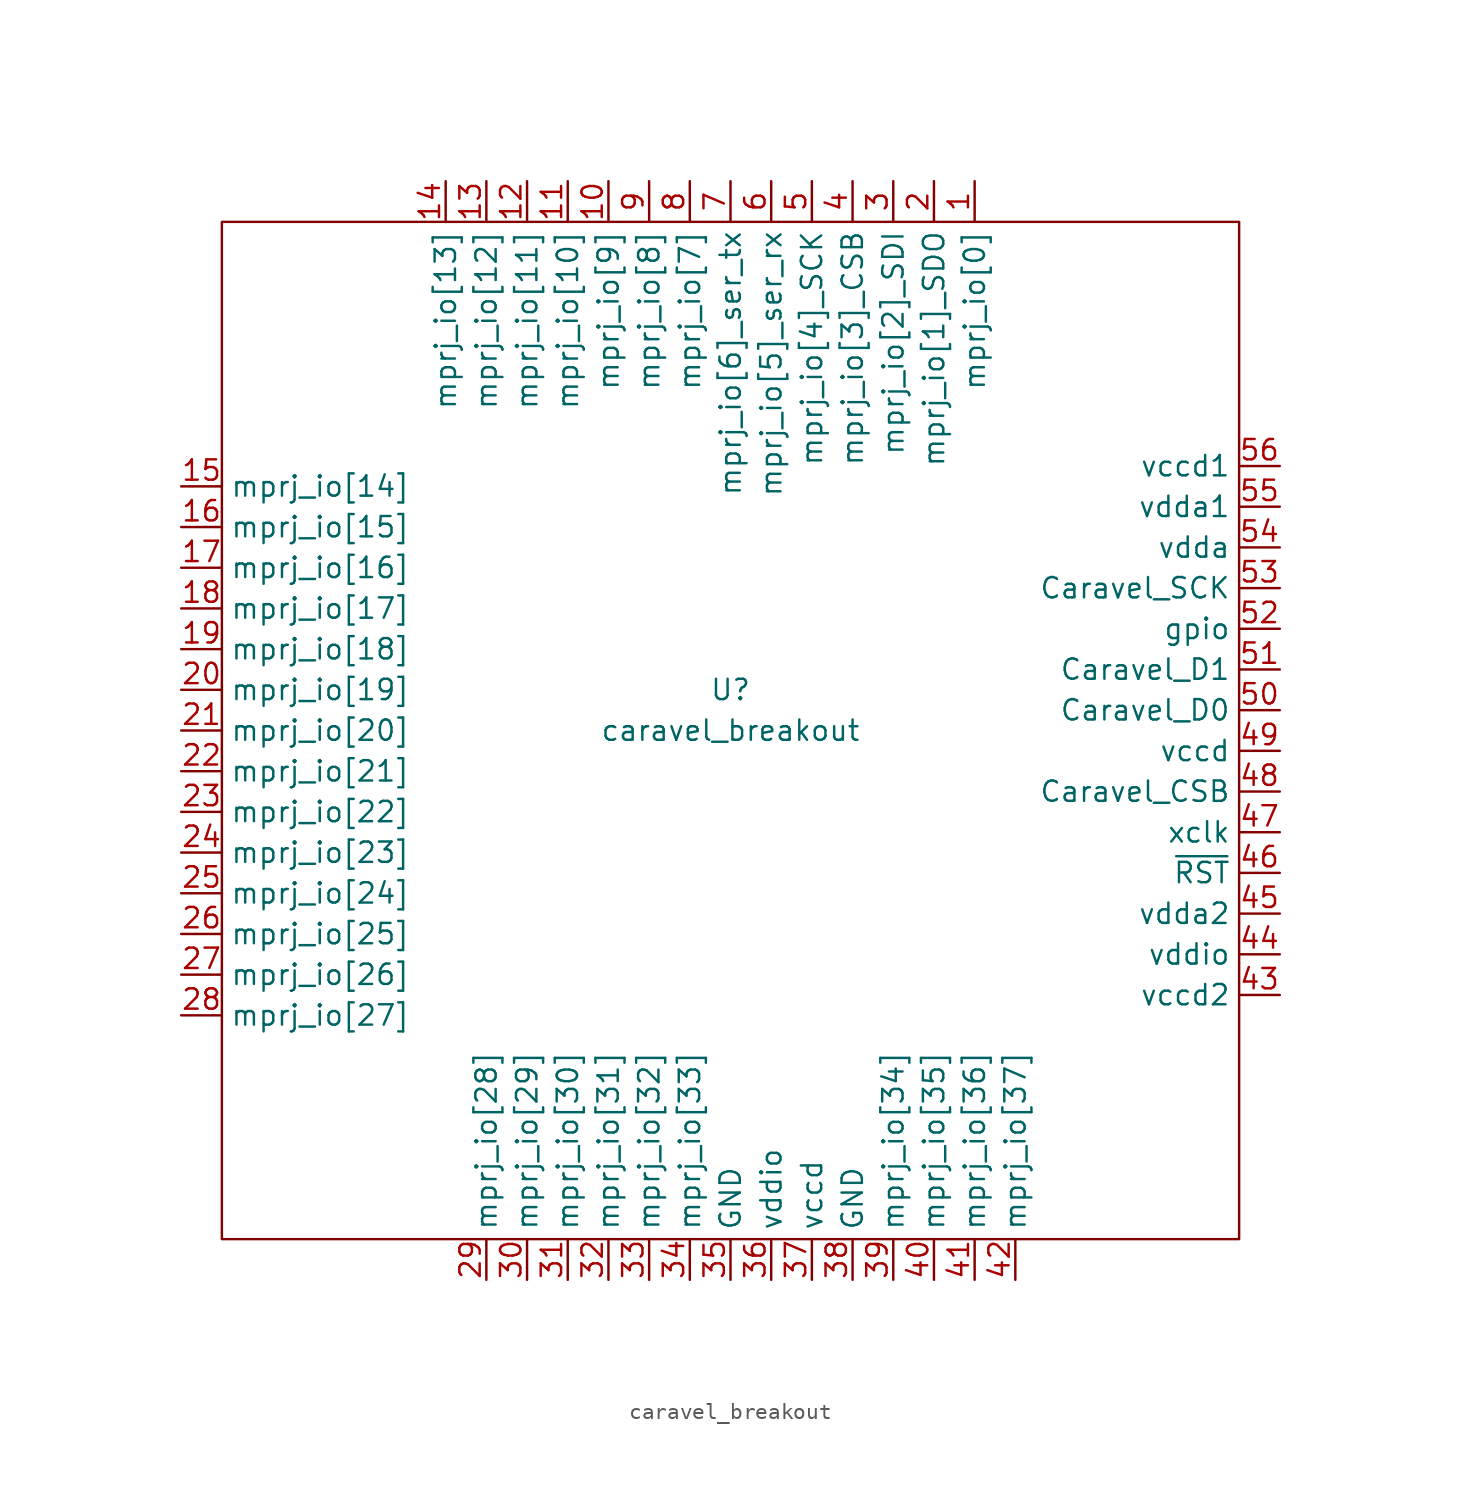
<source format=kicad_sym>
(kicad_symbol_lib
  (version 20231120)
  (generator "kicad_symbol_editor")
  (generator_version "8.0")
  (symbol "caravel_breakout"
    (property "Reference" "U"
      (at 0 2.54 0)
      (effects (font (size 1.27 1.27))))
    (property "Value" "caravel_breakout"
      (at 0 0 0)
      (effects (font (size 1.27 1.27))))
    (symbol "caravel_breakout_0_1"
      (rectangle (start -31.75 31.75) (end 31.75 -31.75) (stroke (width 0) (type default)) (fill (type none))))
    (symbol "caravel_breakout_1_1"
      (pin bidirectional line (at 15.24 34.29 270) (length 2.54) (name "mprj_io[0]" (effects (font (size 1.27 1.27)))) (number "1" (effects (font (size 1.27 1.27)))))
      (pin bidirectional line (at -7.62 34.29 270) (length 2.54) (name "mprj_io[9]" (effects (font (size 1.27 1.27)))) (number "10" (effects (font (size 1.27 1.27)))))
      (pin bidirectional line (at -10.16 34.29 270) (length 2.54) (name "mprj_io[10]" (effects (font (size 1.27 1.27)))) (number "11" (effects (font (size 1.27 1.27)))))
      (pin bidirectional line (at -12.7 34.29 270) (length 2.54) (name "mprj_io[11]" (effects (font (size 1.27 1.27)))) (number "12" (effects (font (size 1.27 1.27)))))
      (pin bidirectional line (at -15.24 34.29 270) (length 2.54) (name "mprj_io[12]" (effects (font (size 1.27 1.27)))) (number "13" (effects (font (size 1.27 1.27)))))
      (pin bidirectional line (at -17.78 34.29 270) (length 2.54) (name "mprj_io[13]" (effects (font (size 1.27 1.27)))) (number "14" (effects (font (size 1.27 1.27)))))
      (pin bidirectional line (at -34.29 15.24 0) (length 2.54) (name "mprj_io[14]" (effects (font (size 1.27 1.27)))) (number "15" (effects (font (size 1.27 1.27)))))
      (pin bidirectional line (at -34.29 12.7 0) (length 2.54) (name "mprj_io[15]" (effects (font (size 1.27 1.27)))) (number "16" (effects (font (size 1.27 1.27)))))
      (pin bidirectional line (at -34.29 10.16 0) (length 2.54) (name "mprj_io[16]" (effects (font (size 1.27 1.27)))) (number "17" (effects (font (size 1.27 1.27)))))
      (pin bidirectional line (at -34.29 7.62 0) (length 2.54) (name "mprj_io[17]" (effects (font (size 1.27 1.27)))) (number "18" (effects (font (size 1.27 1.27)))))
      (pin bidirectional line (at -34.29 5.08 0) (length 2.54) (name "mprj_io[18]" (effects (font (size 1.27 1.27)))) (number "19" (effects (font (size 1.27 1.27)))))
      (pin bidirectional line (at 12.7 34.29 270) (length 2.54) (name "mprj_io[1]_SDO" (effects (font (size 1.27 1.27)))) (number "2" (effects (font (size 1.27 1.27)))))
      (pin bidirectional line (at -34.29 2.54 0) (length 2.54) (name "mprj_io[19]" (effects (font (size 1.27 1.27)))) (number "20" (effects (font (size 1.27 1.27)))))
      (pin bidirectional line (at -34.29 0 0) (length 2.54) (name "mprj_io[20]" (effects (font (size 1.27 1.27)))) (number "21" (effects (font (size 1.27 1.27)))))
      (pin bidirectional line (at -34.29 -2.54 0) (length 2.54) (name "mprj_io[21]" (effects (font (size 1.27 1.27)))) (number "22" (effects (font (size 1.27 1.27)))))
      (pin bidirectional line (at -34.29 -5.08 0) (length 2.54) (name "mprj_io[22]" (effects (font (size 1.27 1.27)))) (number "23" (effects (font (size 1.27 1.27)))))
      (pin bidirectional line (at -34.29 -7.62 0) (length 2.54) (name "mprj_io[23]" (effects (font (size 1.27 1.27)))) (number "24" (effects (font (size 1.27 1.27)))))
      (pin bidirectional line (at -34.29 -10.16 0) (length 2.54) (name "mprj_io[24]" (effects (font (size 1.27 1.27)))) (number "25" (effects (font (size 1.27 1.27)))))
      (pin bidirectional line (at -34.29 -12.7 0) (length 2.54) (name "mprj_io[25]" (effects (font (size 1.27 1.27)))) (number "26" (effects (font (size 1.27 1.27)))))
      (pin bidirectional line (at -34.29 -15.24 0) (length 2.54) (name "mprj_io[26]" (effects (font (size 1.27 1.27)))) (number "27" (effects (font (size 1.27 1.27)))))
      (pin bidirectional line (at -34.29 -17.78 0) (length 2.54) (name "mprj_io[27]" (effects (font (size 1.27 1.27)))) (number "28" (effects (font (size 1.27 1.27)))))
      (pin bidirectional line (at -15.24 -34.29 90) (length 2.54) (name "mprj_io[28]" (effects (font (size 1.27 1.27)))) (number "29" (effects (font (size 1.27 1.27)))))
      (pin bidirectional line (at 10.16 34.29 270) (length 2.54) (name "mprj_io[2]_SDI" (effects (font (size 1.27 1.27)))) (number "3" (effects (font (size 1.27 1.27)))))
      (pin bidirectional line (at -12.7 -34.29 90) (length 2.54) (name "mprj_io[29]" (effects (font (size 1.27 1.27)))) (number "30" (effects (font (size 1.27 1.27)))))
      (pin bidirectional line (at -10.16 -34.29 90) (length 2.54) (name "mprj_io[30]" (effects (font (size 1.27 1.27)))) (number "31" (effects (font (size 1.27 1.27)))))
      (pin bidirectional line (at -7.62 -34.29 90) (length 2.54) (name "mprj_io[31]" (effects (font (size 1.27 1.27)))) (number "32" (effects (font (size 1.27 1.27)))))
      (pin bidirectional line (at -5.08 -34.29 90) (length 2.54) (name "mprj_io[32]" (effects (font (size 1.27 1.27)))) (number "33" (effects (font (size 1.27 1.27)))))
      (pin bidirectional line (at -2.54 -34.29 90) (length 2.54) (name "mprj_io[33]" (effects (font (size 1.27 1.27)))) (number "34" (effects (font (size 1.27 1.27)))))
      (pin power_in line (at 0 -34.29 90) (length 2.54) (name "GND" (effects (font (size 1.27 1.27)))) (number "35" (effects (font (size 1.27 1.27)))))
      (pin power_in line (at 2.54 -34.29 90) (length 2.54) (name "vddio" (effects (font (size 1.27 1.27)))) (number "36" (effects (font (size 1.27 1.27)))))
      (pin power_in line (at 5.08 -34.29 90) (length 2.54) (name "vccd" (effects (font (size 1.27 1.27)))) (number "37" (effects (font (size 1.27 1.27)))))
      (pin power_in line (at 7.62 -34.29 90) (length 2.54) (name "GND" (effects (font (size 1.27 1.27)))) (number "38" (effects (font (size 1.27 1.27)))))
      (pin bidirectional line (at 10.16 -34.29 90) (length 2.54) (name "mprj_io[34]" (effects (font (size 1.27 1.27)))) (number "39" (effects (font (size 1.27 1.27)))))
      (pin bidirectional line (at 7.62 34.29 270) (length 2.54) (name "mprj_io[3]_CSB" (effects (font (size 1.27 1.27)))) (number "4" (effects (font (size 1.27 1.27)))))
      (pin bidirectional line (at 12.7 -34.29 90) (length 2.54) (name "mprj_io[35]" (effects (font (size 1.27 1.27)))) (number "40" (effects (font (size 1.27 1.27)))))
      (pin bidirectional line (at 15.24 -34.29 90) (length 2.54) (name "mprj_io[36]" (effects (font (size 1.27 1.27)))) (number "41" (effects (font (size 1.27 1.27)))))
      (pin bidirectional line (at 17.78 -34.29 90) (length 2.54) (name "mprj_io[37]" (effects (font (size 1.27 1.27)))) (number "42" (effects (font (size 1.27 1.27)))))
      (pin power_in line (at 34.29 -16.51 180) (length 2.54) (name "vccd2" (effects (font (size 1.27 1.27)))) (number "43" (effects (font (size 1.27 1.27)))))
      (pin power_in line (at 34.29 -13.97 180) (length 2.54) (name "vddio" (effects (font (size 1.27 1.27)))) (number "44" (effects (font (size 1.27 1.27)))))
      (pin power_in line (at 34.29 -11.43 180) (length 2.54) (name "vdda2" (effects (font (size 1.27 1.27)))) (number "45" (effects (font (size 1.27 1.27)))))
      (pin input line (at 34.29 -8.89 180) (length 2.54) (name "~{RST}" (effects (font (size 1.27 1.27)))) (number "46" (effects (font (size 1.27 1.27)))))
      (pin input line (at 34.29 -6.35 180) (length 2.54) (name "xclk" (effects (font (size 1.27 1.27)))) (number "47" (effects (font (size 1.27 1.27)))))
      (pin output line (at 34.29 -3.81 180) (length 2.54) (name "Caravel_CSB" (effects (font (size 1.27 1.27)))) (number "48" (effects (font (size 1.27 1.27)))))
      (pin power_in line (at 34.29 -1.27 180) (length 2.54) (name "vccd" (effects (font (size 1.27 1.27)))) (number "49" (effects (font (size 1.27 1.27)))))
      (pin bidirectional line (at 5.08 34.29 270) (length 2.54) (name "mprj_io[4]_SCK" (effects (font (size 1.27 1.27)))) (number "5" (effects (font (size 1.27 1.27)))))
      (pin bidirectional line (at 34.29 1.27 180) (length 2.54) (name "Caravel_D0" (effects (font (size 1.27 1.27)))) (number "50" (effects (font (size 1.27 1.27)))))
      (pin bidirectional line (at 34.29 3.81 180) (length 2.54) (name "Caravel_D1" (effects (font (size 1.27 1.27)))) (number "51" (effects (font (size 1.27 1.27)))))
      (pin bidirectional line (at 34.29 6.35 180) (length 2.54) (name "gpio" (effects (font (size 1.27 1.27)))) (number "52" (effects (font (size 1.27 1.27)))))
      (pin output line (at 34.29 8.89 180) (length 2.54) (name "Caravel_SCK" (effects (font (size 1.27 1.27)))) (number "53" (effects (font (size 1.27 1.27)))))
      (pin power_in line (at 34.29 11.43 180) (length 2.54) (name "vdda" (effects (font (size 1.27 1.27)))) (number "54" (effects (font (size 1.27 1.27)))))
      (pin power_in line (at 34.29 13.97 180) (length 2.54) (name "vdda1" (effects (font (size 1.27 1.27)))) (number "55" (effects (font (size 1.27 1.27)))))
      (pin power_in line (at 34.29 16.51 180) (length 2.54) (name "vccd1" (effects (font (size 1.27 1.27)))) (number "56" (effects (font (size 1.27 1.27)))))
      (pin bidirectional line (at 2.54 34.29 270) (length 2.54) (name "mprj_io[5]_ser_rx" (effects (font (size 1.27 1.27)))) (number "6" (effects (font (size 1.27 1.27)))))
      (pin bidirectional line (at 0 34.29 270) (length 2.54) (name "mprj_io[6]_ser_tx" (effects (font (size 1.27 1.27)))) (number "7" (effects (font (size 1.27 1.27)))))
      (pin bidirectional line (at -2.54 34.29 270) (length 2.54) (name "mprj_io[7]" (effects (font (size 1.27 1.27)))) (number "8" (effects (font (size 1.27 1.27)))))
      (pin bidirectional line (at -5.08 34.29 270) (length 2.54) (name "mprj_io[8]" (effects (font (size 1.27 1.27)))) (number "9" (effects (font (size 1.27 1.27))))))))
</source>
